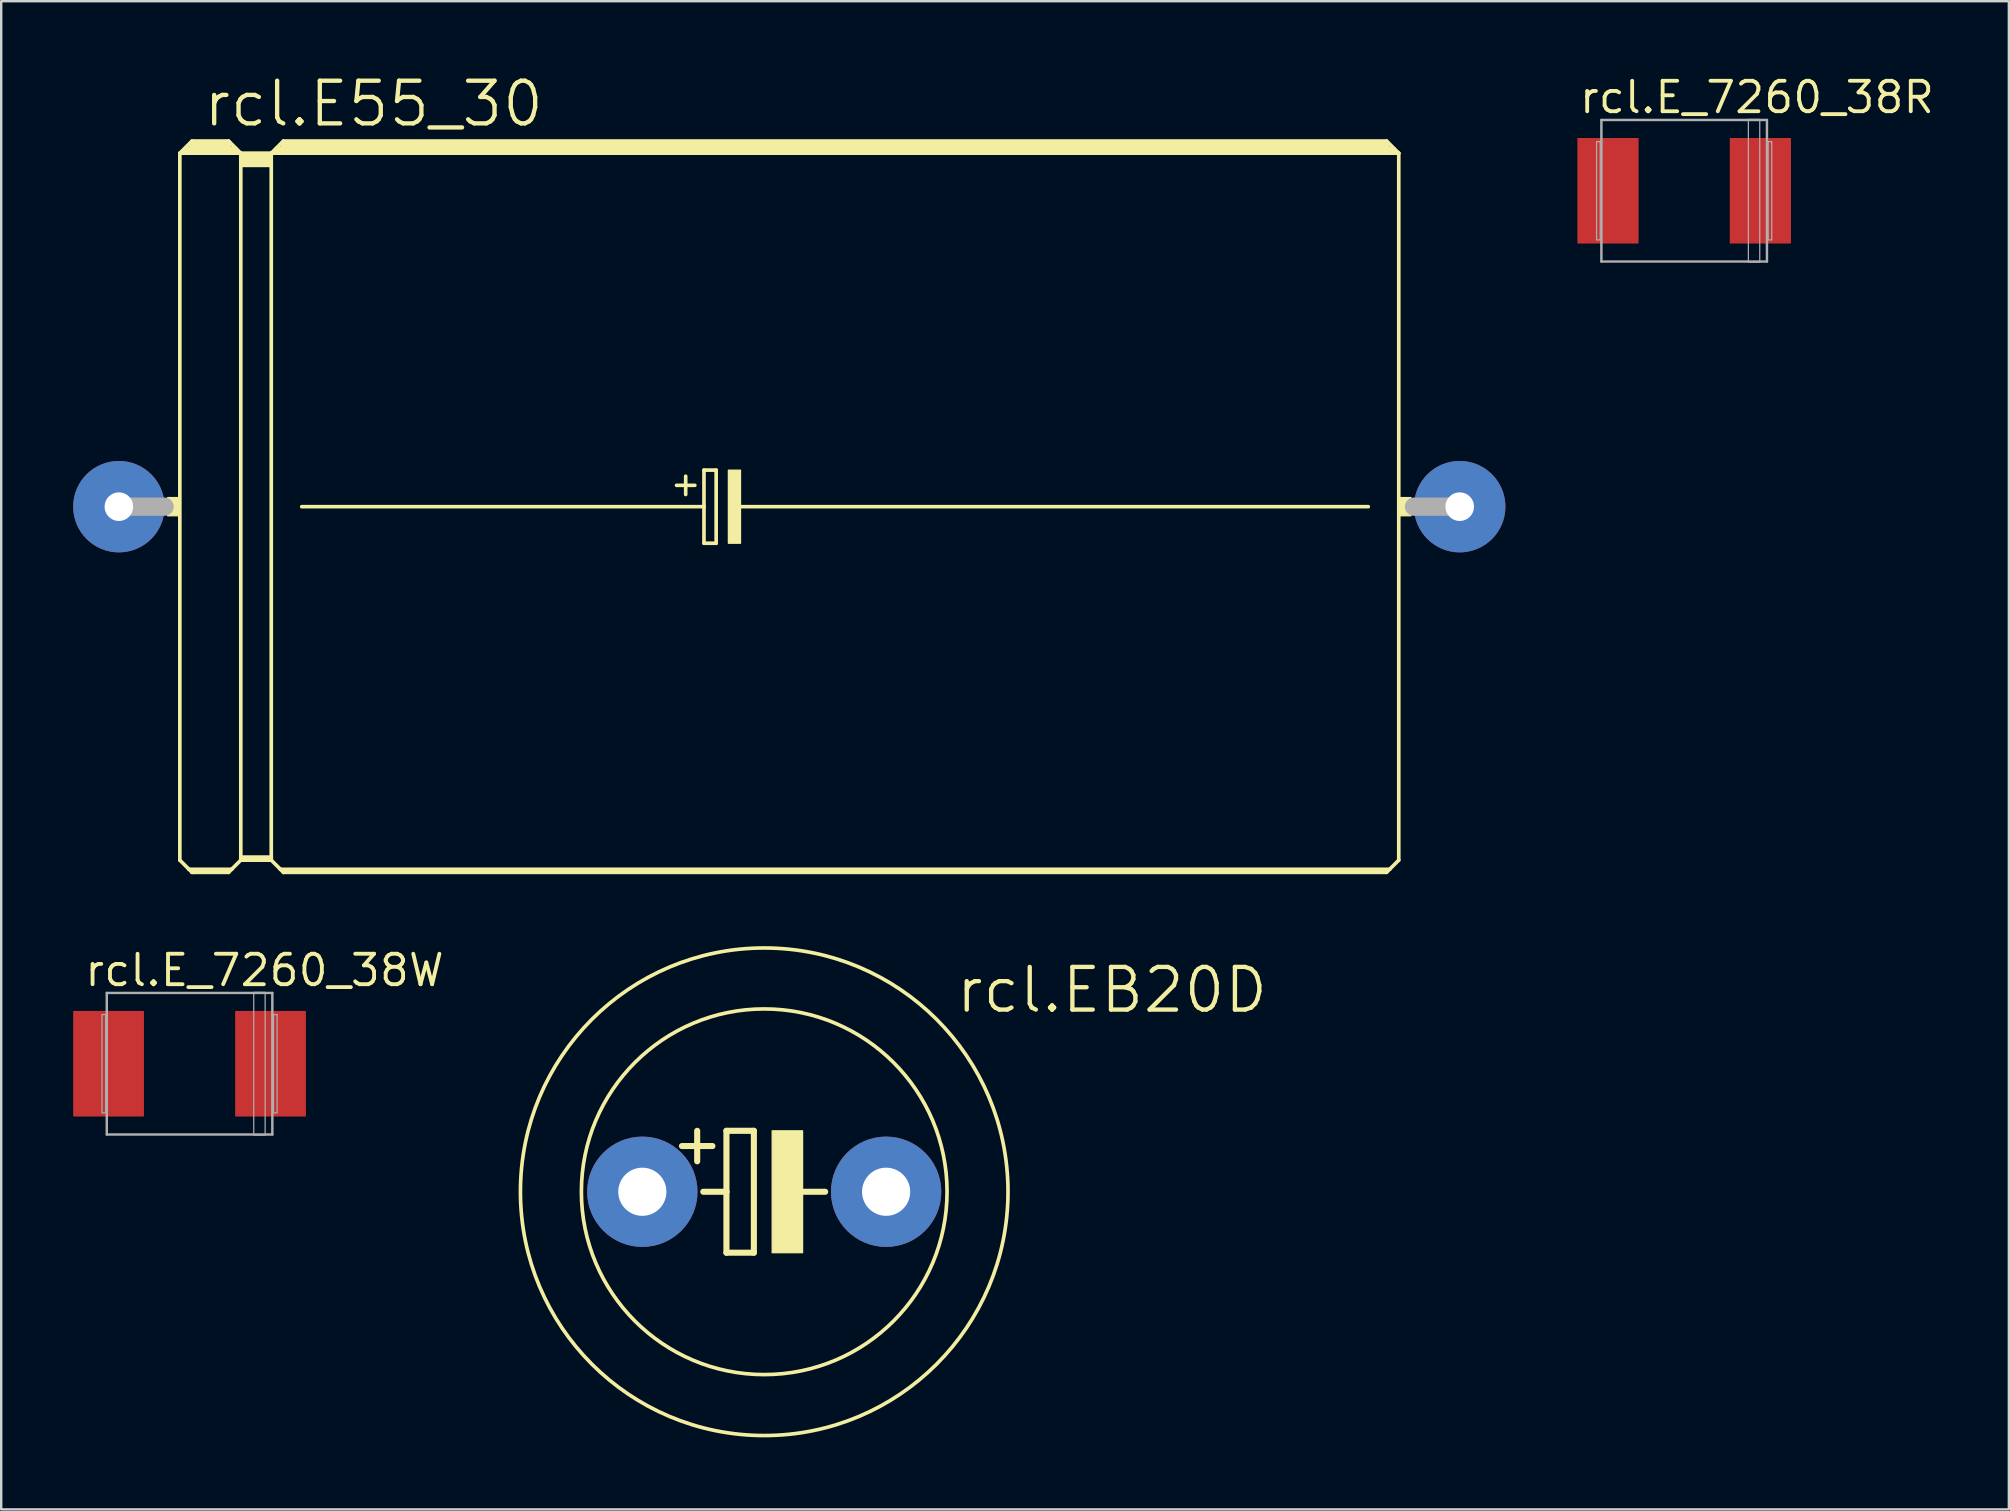
<source format=kicad_pcb>
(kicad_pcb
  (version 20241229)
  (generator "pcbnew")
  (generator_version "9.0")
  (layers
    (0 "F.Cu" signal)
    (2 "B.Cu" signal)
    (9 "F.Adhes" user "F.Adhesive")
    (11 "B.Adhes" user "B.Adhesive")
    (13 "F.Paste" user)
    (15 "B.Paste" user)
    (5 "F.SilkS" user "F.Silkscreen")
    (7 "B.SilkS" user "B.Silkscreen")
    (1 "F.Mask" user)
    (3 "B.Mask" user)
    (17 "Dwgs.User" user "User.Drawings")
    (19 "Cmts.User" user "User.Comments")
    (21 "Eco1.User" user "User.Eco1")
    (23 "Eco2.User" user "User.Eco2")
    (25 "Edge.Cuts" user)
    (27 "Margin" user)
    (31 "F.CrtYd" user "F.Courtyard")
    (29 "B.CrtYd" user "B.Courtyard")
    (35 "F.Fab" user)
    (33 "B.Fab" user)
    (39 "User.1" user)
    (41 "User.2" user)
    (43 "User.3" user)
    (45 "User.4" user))
  (footprint "rcl.E_7260_38W"
    (layer "F.Cu")
    (at 4.85 41.282)
    (property "Reference" "rcl.E_7260_38W" (at -4.45 -3.15 0) (layer "F.SilkS") (effects (font (size 1.27 1.27) (thickness 0.16)) (justify left bottom)))
    (attr smd)
    (fp_line (start -3.45 -2.95) (end 3.45 -2.95) (stroke (width 0.102) (type default)) (layer "F.Fab"))
    (fp_line (start -3.45 2.95) (end -3.45 -2.95) (stroke (width 0.102) (type default)) (layer "F.Fab"))
    (fp_line (start 3.45 -2.95) (end 3.45 2.95) (stroke (width 0.102) (type default)) (layer "F.Fab"))
    (fp_line (start 3.45 2.95) (end -3.45 2.95) (stroke (width 0.102) (type default)) (layer "F.Fab"))
    (fp_rect (start -3.65 2.05) (end -3.5 -2.05) (stroke (width 0.05) (type default)) (fill no) (layer "F.Fab"))
    (fp_rect (start 2.675 2.975) (end 3.15 -2.975) (stroke (width 0.05) (type default)) (fill no) (layer "F.Fab"))
    (fp_rect (start 3.5 2.05) (end 3.65 -2.05) (stroke (width 0.05) (type default)) (fill no) (layer "F.Fab"))
    (pad "+" smd roundrect (at 3.375 0) (size 2.95 4.4) (layers "F.Cu" "F.Mask" "F.Paste") (roundrect_rratio 0.01))
    (pad "-" smd roundrect (at -3.375 0) (size 2.95 4.4) (layers "F.Cu" "F.Mask" "F.Paste") (roundrect_rratio 0.01)))
  (footprint "rcl.E_7260_38R"
    (layer "F.Cu")
    (at 67.14 4.9)
    (property "Reference" "rcl.E_7260_38R" (at -4.45 -3.15 0) (layer "F.SilkS") (effects (font (size 1.27 1.27) (thickness 0.16)) (justify left bottom)))
    (attr smd)
    (fp_line (start -3.45 -2.95) (end 3.45 -2.95) (stroke (width 0.102) (type default)) (layer "F.Fab"))
    (fp_line (start -3.45 2.95) (end -3.45 -2.95) (stroke (width 0.102) (type default)) (layer "F.Fab"))
    (fp_line (start 3.45 -2.95) (end 3.45 2.95) (stroke (width 0.102) (type default)) (layer "F.Fab"))
    (fp_line (start 3.45 2.95) (end -3.45 2.95) (stroke (width 0.102) (type default)) (layer "F.Fab"))
    (fp_rect (start -3.65 2.05) (end -3.5 -2.05) (stroke (width 0.05) (type default)) (fill no) (layer "F.Fab"))
    (fp_rect (start 2.675 2.975) (end 3.15 -2.975) (stroke (width 0.05) (type default)) (fill no) (layer "F.Fab"))
    (fp_rect (start 3.5 2.05) (end 3.65 -2.05) (stroke (width 0.05) (type default)) (fill no) (layer "F.Fab"))
    (pad "+" smd roundrect (at 3.175 0) (size 2.55 4.4) (layers "F.Cu" "F.Mask" "F.Paste") (roundrect_rratio 0.01))
    (pad "-" smd roundrect (at -3.175 0) (size 2.55 4.4) (layers "F.Cu" "F.Mask" "F.Paste") (roundrect_rratio 0.01)))
  (footprint "rcl.EB20D"
    (layer "F.Cu")
    (at 28.8 46.618)
    (property "Reference" "rcl.EB20D" (at 7.899 -7.366 0) (layer "F.SilkS") (effects (font (size 1.778 1.778) (thickness 0.18)) (justify left bottom)))
    (attr through_hole)
    (fp_line (start -2.794 -2.54) (end -2.794 -1.27) (stroke (width 0.254) (type default)) (layer "F.SilkS"))
    (fp_line (start -2.54 0) (end -1.575 0) (stroke (width 0.254) (type default)) (layer "F.SilkS"))
    (fp_line (start -2.159 -1.905) (end -3.429 -1.905) (stroke (width 0.254) (type default)) (layer "F.SilkS"))
    (fp_line (start -1.575 -2.54) (end -0.432 -2.54) (stroke (width 0.254) (type default)) (layer "F.SilkS"))
    (fp_line (start -1.575 0) (end -1.575 -2.54) (stroke (width 0.254) (type default)) (layer "F.SilkS"))
    (fp_line (start -1.575 2.54) (end -1.575 0) (stroke (width 0.254) (type default)) (layer "F.SilkS"))
    (fp_line (start -0.432 -2.54) (end -0.432 2.54) (stroke (width 0.254) (type default)) (layer "F.SilkS"))
    (fp_line (start -0.432 2.54) (end -1.575 2.54) (stroke (width 0.254) (type default)) (layer "F.SilkS"))
    (fp_line (start 0.635 0) (end 2.54 0) (stroke (width 0.254) (type default)) (layer "F.SilkS"))
    (fp_rect (start 0.33 2.54) (end 1.6 -2.54) (stroke (width 0.05) (type default)) (fill yes) (layer "F.SilkS"))
    (fp_circle (center 0 0) (end 7.62 0) (stroke (width 0.152) (type default)) (fill no) (layer "F.SilkS"))
    (fp_circle (center 0 0) (end 10.16 0) (stroke (width 0.152) (type default)) (fill no) (layer "F.SilkS"))
    (pad "+" thru_hole circle (at -5.08 0) (size 4.597 4.597) (drill 2.007) (layers "*.Cu" "*.Mask"))
    (pad "-" thru_hole circle (at 5.08 0) (size 4.597 4.597) (drill 2.007) (layers "*.Cu" "*.Mask")))
  (footprint "rcl.E55_30"
    (layer "F.Cu")
    (at 29.845 18.066)
    (property "Reference" "rcl.E55_30" (at -24.511 -15.748 0) (layer "F.SilkS") (effects (font (size 1.778 1.778) (thickness 0.18)) (justify left bottom)))
    (attr through_hole)
    (fp_line (start -25.4 -14.732) (end -25.4 14.732) (stroke (width 0.152) (type default)) (layer "F.SilkS"))
    (fp_line (start -25.4 -14.732) (end -24.892 -15.24) (stroke (width 0.152) (type default)) (layer "F.SilkS"))
    (fp_line (start -25.4 -14.732) (end -22.86 -14.732) (stroke (width 0.152) (type default)) (layer "F.SilkS"))
    (fp_line (start -25.4 14.732) (end -25.019 15.113) (stroke (width 0.152) (type default)) (layer "F.SilkS"))
    (fp_line (start -25.146 -14.859) (end -23.114 -14.859) (stroke (width 0.305) (type default)) (layer "F.SilkS"))
    (fp_line (start -25.019 15.113) (end -24.892 15.24) (stroke (width 0.152) (type default)) (layer "F.SilkS"))
    (fp_line (start -25.019 15.113) (end -23.241 15.113) (stroke (width 0.152) (type default)) (layer "F.SilkS"))
    (fp_line (start -24.892 -15.24) (end -23.368 -15.24) (stroke (width 0.152) (type default)) (layer "F.SilkS"))
    (fp_line (start -24.892 -15.113) (end -23.368 -15.113) (stroke (width 0.305) (type default)) (layer "F.SilkS"))
    (fp_line (start -24.892 15.189) (end -23.368 15.189) (stroke (width 0.152) (type default)) (layer "F.SilkS"))
    (fp_line (start -24.892 15.24) (end -24.892 15.189) (stroke (width 0.152) (type default)) (layer "F.SilkS"))
    (fp_line (start -24.892 15.24) (end -23.368 15.24) (stroke (width 0.152) (type default)) (layer "F.SilkS"))
    (fp_line (start -23.368 -15.24) (end -22.86 -14.732) (stroke (width 0.152) (type default)) (layer "F.SilkS"))
    (fp_line (start -23.368 15.24) (end -23.241 15.113) (stroke (width 0.152) (type default)) (layer "F.SilkS"))
    (fp_line (start -23.241 15.113) (end -22.86 14.732) (stroke (width 0.152) (type default)) (layer "F.SilkS"))
    (fp_line (start -22.86 -14.732) (end -21.59 -14.732) (stroke (width 0.152) (type default)) (layer "F.SilkS"))
    (fp_line (start -22.86 -14.224) (end -22.86 -14.732) (stroke (width 0.152) (type default)) (layer "F.SilkS"))
    (fp_line (start -22.86 -14.224) (end -21.59 -14.224) (stroke (width 0.152) (type default)) (layer "F.SilkS"))
    (fp_line (start -22.86 14.605) (end -22.86 -14.224) (stroke (width 0.152) (type default)) (layer "F.SilkS"))
    (fp_line (start -22.86 14.605) (end -21.59 14.605) (stroke (width 0.152) (type default)) (layer "F.SilkS"))
    (fp_line (start -22.86 14.681) (end -22.86 14.605) (stroke (width 0.152) (type default)) (layer "F.SilkS"))
    (fp_line (start -22.86 14.681) (end -21.59 14.681) (stroke (width 0.152) (type default)) (layer "F.SilkS"))
    (fp_line (start -22.86 14.732) (end -22.86 14.681) (stroke (width 0.152) (type default)) (layer "F.SilkS"))
    (fp_line (start -22.86 14.732) (end -21.59 14.732) (stroke (width 0.152) (type default)) (layer "F.SilkS"))
    (fp_line (start -22.733 -14.605) (end -21.717 -14.605) (stroke (width 0.305) (type default)) (layer "F.SilkS"))
    (fp_line (start -22.733 -14.351) (end -21.717 -14.351) (stroke (width 0.305) (type default)) (layer "F.SilkS"))
    (fp_line (start -21.59 -14.732) (end -21.082 -15.24) (stroke (width 0.152) (type default)) (layer "F.SilkS"))
    (fp_line (start -21.59 -14.732) (end 25.4 -14.732) (stroke (width 0.152) (type default)) (layer "F.SilkS"))
    (fp_line (start -21.59 -14.224) (end -21.59 -14.732) (stroke (width 0.152) (type default)) (layer "F.SilkS"))
    (fp_line (start -21.59 14.605) (end -21.59 -14.224) (stroke (width 0.152) (type default)) (layer "F.SilkS"))
    (fp_line (start -21.59 14.681) (end -21.59 14.605) (stroke (width 0.152) (type default)) (layer "F.SilkS"))
    (fp_line (start -21.59 14.732) (end -21.59 14.681) (stroke (width 0.152) (type default)) (layer "F.SilkS"))
    (fp_line (start -21.59 14.732) (end -21.209 15.113) (stroke (width 0.152) (type default)) (layer "F.SilkS"))
    (fp_line (start -21.336 -14.859) (end 25.146 -14.859) (stroke (width 0.305) (type default)) (layer "F.SilkS"))
    (fp_line (start -21.209 15.113) (end -21.082 15.24) (stroke (width 0.152) (type default)) (layer "F.SilkS"))
    (fp_line (start -21.209 15.113) (end 25.019 15.113) (stroke (width 0.152) (type default)) (layer "F.SilkS"))
    (fp_line (start -21.082 -15.24) (end 24.892 -15.24) (stroke (width 0.152) (type default)) (layer "F.SilkS"))
    (fp_line (start -21.082 -15.113) (end 24.892 -15.113) (stroke (width 0.305) (type default)) (layer "F.SilkS"))
    (fp_line (start -21.082 15.189) (end 24.892 15.189) (stroke (width 0.152) (type default)) (layer "F.SilkS"))
    (fp_line (start -21.082 15.24) (end -21.082 15.189) (stroke (width 0.152) (type default)) (layer "F.SilkS"))
    (fp_line (start -21.082 15.24) (end 24.892 15.24) (stroke (width 0.152) (type default)) (layer "F.SilkS"))
    (fp_line (start -20.32 0) (end -3.556 0) (stroke (width 0.152) (type default)) (layer "F.SilkS"))
    (fp_line (start -4.699 -0.889) (end -3.937 -0.889) (stroke (width 0.152) (type default)) (layer "F.SilkS"))
    (fp_line (start -4.318 -1.27) (end -4.318 -0.508) (stroke (width 0.152) (type default)) (layer "F.SilkS"))
    (fp_line (start -3.556 -1.524) (end -3.556 0) (stroke (width 0.152) (type default)) (layer "F.SilkS"))
    (fp_line (start -3.556 0) (end -3.556 1.524) (stroke (width 0.152) (type default)) (layer "F.SilkS"))
    (fp_line (start -3.556 1.524) (end -3.048 1.524) (stroke (width 0.152) (type default)) (layer "F.SilkS"))
    (fp_line (start -3.048 -1.524) (end -3.556 -1.524) (stroke (width 0.152) (type default)) (layer "F.SilkS"))
    (fp_line (start -3.048 1.524) (end -3.048 -1.524) (stroke (width 0.152) (type default)) (layer "F.SilkS"))
    (fp_line (start -2.159 0) (end 24.13 0) (stroke (width 0.152) (type default)) (layer "F.SilkS"))
    (fp_line (start 24.892 -15.24) (end 25.4 -14.732) (stroke (width 0.152) (type default)) (layer "F.SilkS"))
    (fp_line (start 24.892 15.24) (end 25.019 15.113) (stroke (width 0.152) (type default)) (layer "F.SilkS"))
    (fp_line (start 25.019 15.113) (end 25.4 14.732) (stroke (width 0.152) (type default)) (layer "F.SilkS"))
    (fp_line (start 25.4 -14.732) (end 25.4 14.732) (stroke (width 0.152) (type default)) (layer "F.SilkS"))
    (fp_rect (start -25.908 0.381) (end -25.4 -0.381) (stroke (width 0.05) (type default)) (fill yes) (layer "F.SilkS"))
    (fp_rect (start -2.54 1.524) (end -2.032 -1.524) (stroke (width 0.05) (type default)) (fill yes) (layer "F.SilkS"))
    (fp_rect (start 25.4 0.381) (end 25.908 -0.381) (stroke (width 0.05) (type default)) (fill yes) (layer "F.SilkS"))
    (fp_line (start -27.94 0) (end -26.035 0) (stroke (width 0.762) (type default)) (layer "F.Fab"))
    (fp_line (start 27.94 0) (end 26.035 0) (stroke (width 0.762) (type default)) (layer "F.Fab"))
    (pad "+" thru_hole circle (at -27.94 0) (size 3.81 3.81) (drill 1.194) (layers "*.Cu" "*.Mask"))
    (pad "-" thru_hole circle (at 27.94 0) (size 3.81 3.81) (drill 1.194) (layers "*.Cu" "*.Mask")))
  (gr_rect
    (start -3 -3)
    (end 80.672 59.855)
    (stroke (width 0.1) (type default))
    (fill no)
    (layer "Edge.Cuts")))
</source>
